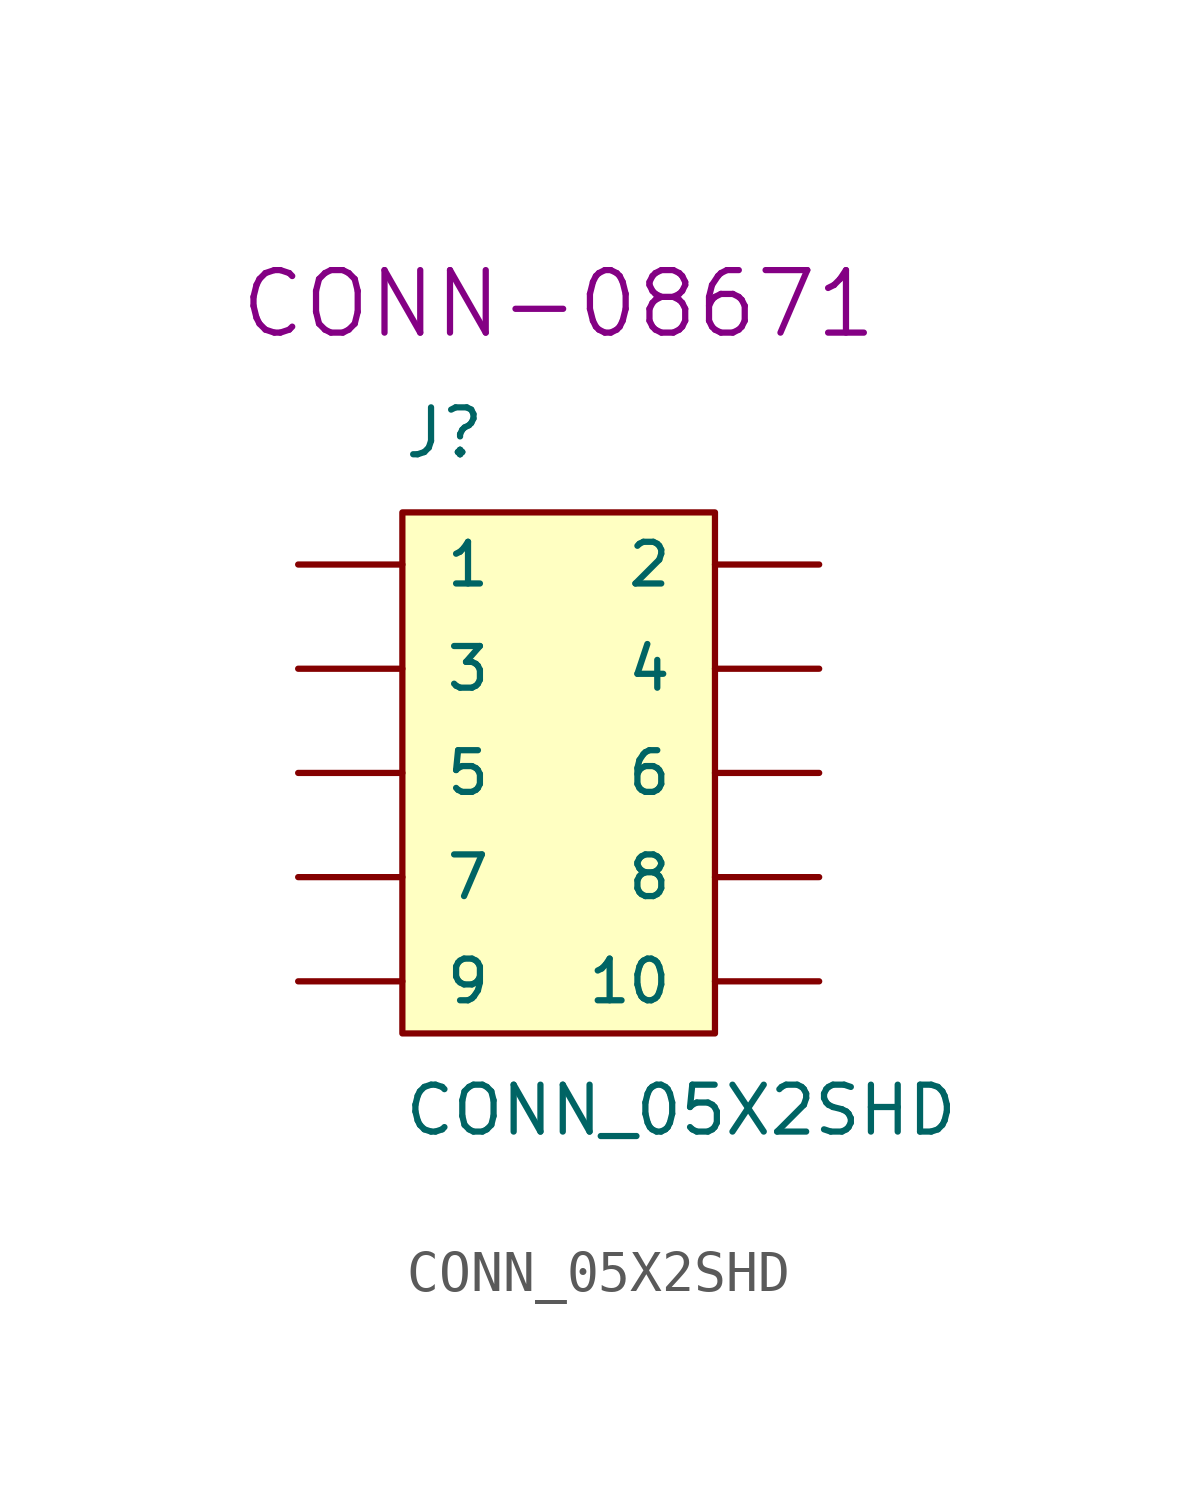
<source format=kicad_sym>
(kicad_symbol_lib
  (version 20220914)
  (generator kicad_symbol_editor)
  (symbol "CONN_05X2SHD"
    (pin_numbers hide)
    (pin_names
      (offset 1.016))
    (property "Reference" "J"
      (at -3.81 7.62 0)
      (effects (font (size 1.143 1.143)) (justify left bottom)))
    (property "Value" "CONN_05X2SHD"
      (at -3.81 -8.89 0)
      (effects (font (size 1.143 1.143)) (justify left bottom)))
    (property "Field4" "CONN-08671"
      (at 0 11.43 0)
      (effects (font (size 1.524 1.524))))
    (property "ki_locked" ""
      (at 0 0 0)
      (effects (font (size 1.27 1.27))))
    (symbol "CONN_05X2SHD_0_1"
      (rectangle (start 3.81 -6.35) (end -3.81 6.35) (stroke (width 0) (type solid)) (fill (type background))))
    (symbol "CONN_05X2SHD_1_1"
      (pin passive line (at -6.35 5.08 0) (length 2.54) (name "1" (effects (font (size 1.016 1.016)))) (number "1" (effects (font (size 1.016 1.016)))))
      (pin passive line (at 6.35 -5.08 180) (length 2.54) (name "10" (effects (font (size 1.016 1.016)))) (number "10" (effects (font (size 1.016 1.016)))))
      (pin passive line (at 6.35 5.08 180) (length 2.54) (name "2" (effects (font (size 1.016 1.016)))) (number "2" (effects (font (size 1.016 1.016)))))
      (pin passive line (at -6.35 2.54 0) (length 2.54) (name "3" (effects (font (size 1.016 1.016)))) (number "3" (effects (font (size 1.016 1.016)))))
      (pin passive line (at 6.35 2.54 180) (length 2.54) (name "4" (effects (font (size 1.016 1.016)))) (number "4" (effects (font (size 1.016 1.016)))))
      (pin passive line (at -6.35 0 0) (length 2.54) (name "5" (effects (font (size 1.016 1.016)))) (number "5" (effects (font (size 1.016 1.016)))))
      (pin passive line (at 6.35 0 180) (length 2.54) (name "6" (effects (font (size 1.016 1.016)))) (number "6" (effects (font (size 1.016 1.016)))))
      (pin passive line (at -6.35 -2.54 0) (length 2.54) (name "7" (effects (font (size 1.016 1.016)))) (number "7" (effects (font (size 1.016 1.016)))))
      (pin passive line (at 6.35 -2.54 180) (length 2.54) (name "8" (effects (font (size 1.016 1.016)))) (number "8" (effects (font (size 1.016 1.016)))))
      (pin passive line (at -6.35 -5.08 0) (length 2.54) (name "9" (effects (font (size 1.016 1.016)))) (number "9" (effects (font (size 1.016 1.016))))))))
</source>
